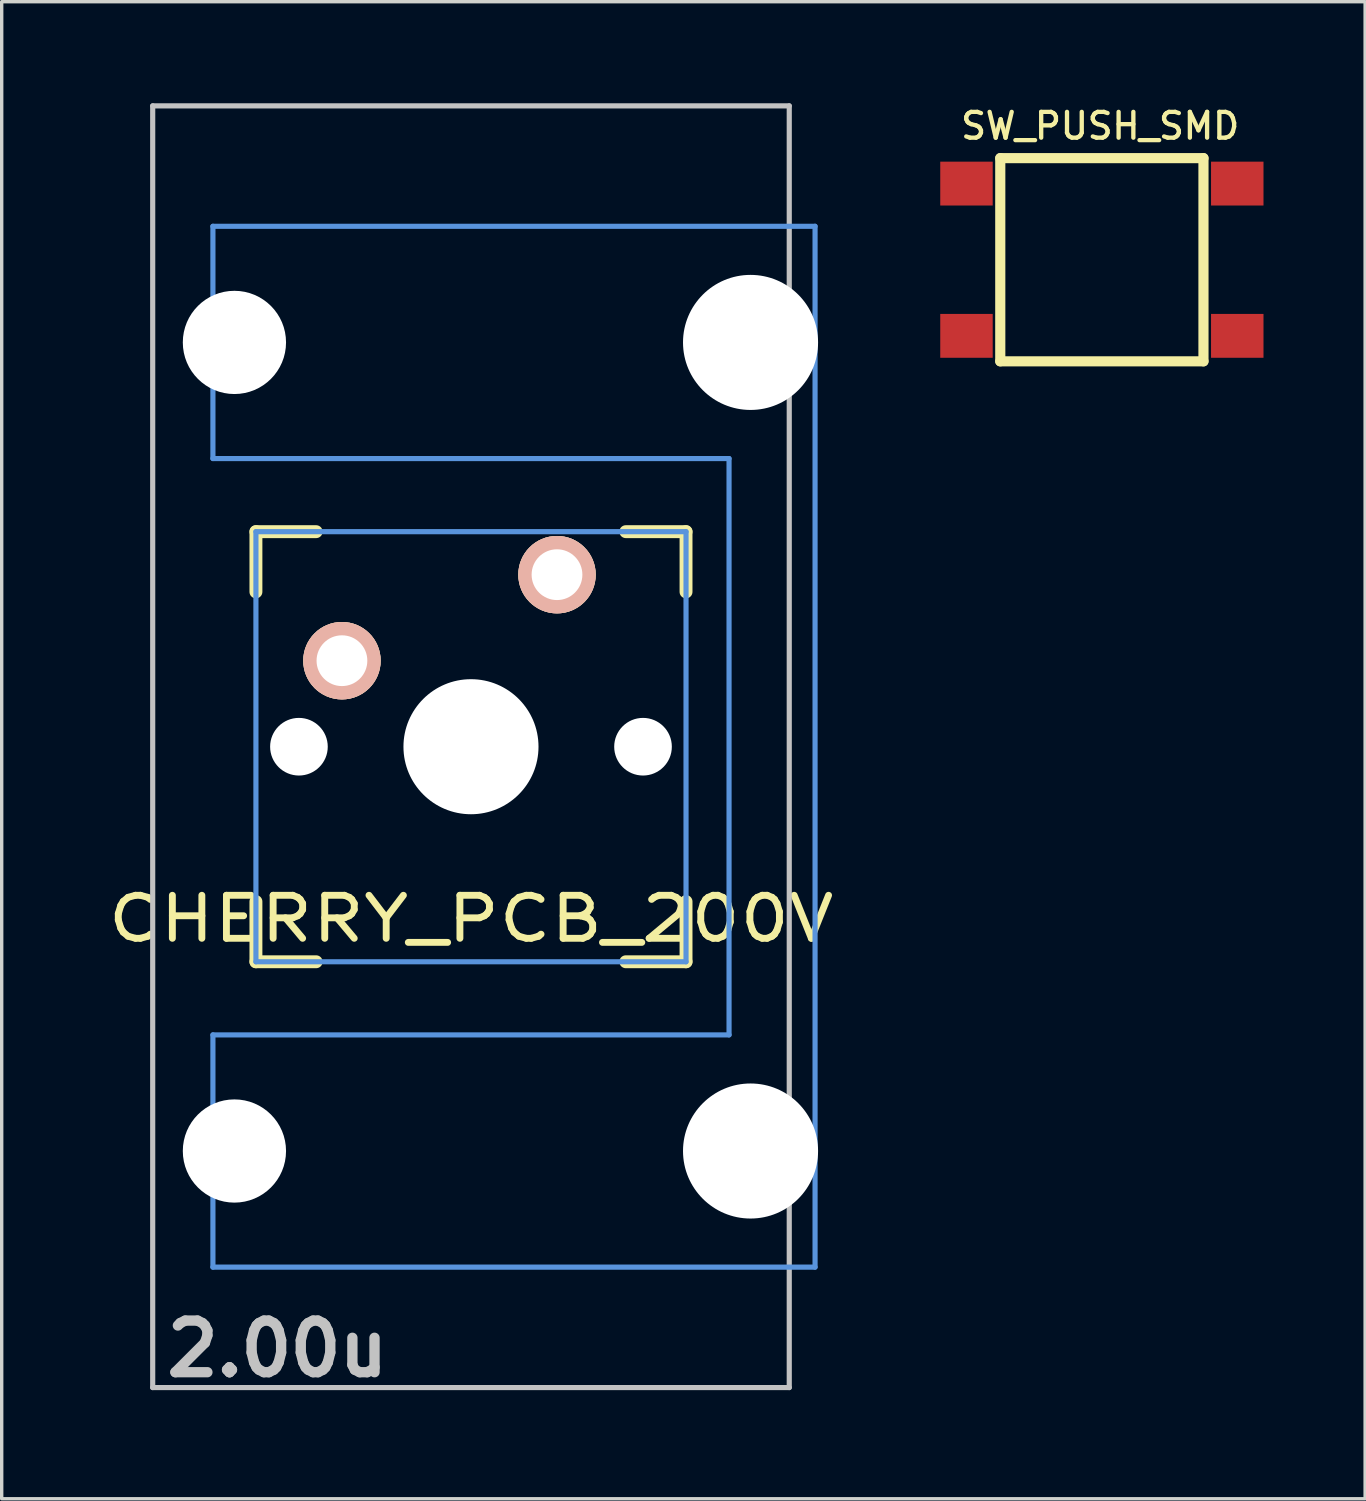
<source format=kicad_pcb>
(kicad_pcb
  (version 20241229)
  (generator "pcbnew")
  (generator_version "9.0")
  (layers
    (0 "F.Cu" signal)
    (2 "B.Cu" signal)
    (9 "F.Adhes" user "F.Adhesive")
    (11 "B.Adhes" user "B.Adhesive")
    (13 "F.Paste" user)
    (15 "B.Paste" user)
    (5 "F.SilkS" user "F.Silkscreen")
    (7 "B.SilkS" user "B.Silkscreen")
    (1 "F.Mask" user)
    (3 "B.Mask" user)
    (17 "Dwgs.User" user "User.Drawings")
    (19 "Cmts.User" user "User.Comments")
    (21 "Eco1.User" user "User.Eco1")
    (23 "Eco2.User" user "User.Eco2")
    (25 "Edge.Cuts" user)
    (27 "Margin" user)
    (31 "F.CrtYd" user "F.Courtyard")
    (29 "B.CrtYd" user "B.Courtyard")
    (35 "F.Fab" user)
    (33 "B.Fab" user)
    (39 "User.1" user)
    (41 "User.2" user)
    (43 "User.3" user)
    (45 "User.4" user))
  (footprint "SW_PUSH_SMD"
    (layer "F.Cu")
    (at 29.486 4.619)
    (property "Reference" "SW_PUSH_SMD" (at -0.05 -3.95 0) (layer "F.SilkS") (effects (font (size 0.762 0.762) (thickness 0.127))))
    (attr through_hole)
    (fp_line (start -3 -3) (end 3 -3) (stroke (width 0.3) (type solid)) (layer "F.SilkS"))
    (fp_line (start -3 3) (end -3 -3) (stroke (width 0.3) (type solid)) (layer "F.SilkS"))
    (fp_line (start 3 -3) (end 3 3) (stroke (width 0.3) (type solid)) (layer "F.SilkS"))
    (fp_line (start 3 3) (end -3 3) (stroke (width 0.3) (type solid)) (layer "F.SilkS"))
    (pad "1" smd rect (at -3.998 -2.248) (size 1.549 1.295) (layers "F.Cu" "F.Mask" "F.Paste"))
    (pad "1" smd rect (at 3.998 -2.248) (size 1.549 1.295) (layers "F.Cu" "F.Mask" "F.Paste"))
    (pad "2" smd rect (at -3.998 2.248) (size 1.549 1.295) (layers "F.Cu" "F.Mask" "F.Paste"))
    (pad "2" smd rect (at 3.998 2.248) (size 1.549 1.295) (layers "F.Cu" "F.Mask" "F.Paste")))
  (footprint "CHERRY_PCB_200V"
    (layer "F.Cu")
    (at 10.857 18.999)
    (property "Reference" "CHERRY_PCB_200V" (at 0 5.08 180) (layer "F.SilkS") (effects (font (size 1.27 1.524) (thickness 0.203))))
    (attr through_hole)
    (fp_line (start -6.35 -6.35) (end -4.572 -6.35) (stroke (width 0.381) (type solid)) (layer "F.SilkS"))
    (fp_line (start -6.35 -4.572) (end -6.35 -6.35) (stroke (width 0.381) (type solid)) (layer "F.SilkS"))
    (fp_line (start -6.35 6.35) (end -6.35 4.572) (stroke (width 0.381) (type solid)) (layer "F.SilkS"))
    (fp_line (start -4.572 6.35) (end -6.35 6.35) (stroke (width 0.381) (type solid)) (layer "F.SilkS"))
    (fp_line (start 4.572 -6.35) (end 6.35 -6.35) (stroke (width 0.381) (type solid)) (layer "F.SilkS"))
    (fp_line (start 6.35 -6.35) (end 6.35 -4.572) (stroke (width 0.381) (type solid)) (layer "F.SilkS"))
    (fp_line (start 6.35 4.572) (end 6.35 6.35) (stroke (width 0.381) (type solid)) (layer "F.SilkS"))
    (fp_line (start 6.35 6.35) (end 4.572 6.35) (stroke (width 0.381) (type solid)) (layer "F.SilkS"))
    (fp_line (start -9.398 -18.923) (end 9.398 -18.923) (stroke (width 0.152) (type solid)) (layer "Dwgs.User"))
    (fp_line (start -9.398 18.923) (end -9.398 -18.923) (stroke (width 0.152) (type solid)) (layer "Dwgs.User"))
    (fp_line (start 9.398 -18.923) (end 9.398 18.923) (stroke (width 0.152) (type solid)) (layer "Dwgs.User"))
    (fp_line (start 9.398 18.923) (end -9.398 18.923) (stroke (width 0.152) (type solid)) (layer "Dwgs.User"))
    (fp_line (start -7.62 -15.367) (end -7.62 -8.509) (stroke (width 0.152) (type solid)) (layer "Cmts.User"))
    (fp_line (start -7.62 -8.509) (end 7.62 -8.509) (stroke (width 0.152) (type solid)) (layer "Cmts.User"))
    (fp_line (start -7.62 8.509) (end -7.62 15.367) (stroke (width 0.152) (type solid)) (layer "Cmts.User"))
    (fp_line (start -7.62 15.367) (end 10.16 15.367) (stroke (width 0.152) (type solid)) (layer "Cmts.User"))
    (fp_line (start -6.35 -6.35) (end 6.35 -6.35) (stroke (width 0.152) (type solid)) (layer "Cmts.User"))
    (fp_line (start -6.35 6.35) (end -6.35 -6.35) (stroke (width 0.152) (type solid)) (layer "Cmts.User"))
    (fp_line (start 6.35 -6.35) (end 6.35 6.35) (stroke (width 0.152) (type solid)) (layer "Cmts.User"))
    (fp_line (start 6.35 6.35) (end -6.35 6.35) (stroke (width 0.152) (type solid)) (layer "Cmts.User"))
    (fp_line (start 7.62 -8.509) (end 7.62 8.509) (stroke (width 0.152) (type solid)) (layer "Cmts.User"))
    (fp_line (start 7.62 8.509) (end -7.62 8.509) (stroke (width 0.152) (type solid)) (layer "Cmts.User"))
    (fp_line (start 10.16 -15.367) (end -7.62 -15.367) (stroke (width 0.152) (type solid)) (layer "Cmts.User"))
    (fp_line (start 10.16 15.367) (end 10.16 -15.367) (stroke (width 0.152) (type solid)) (layer "Cmts.User"))
    (fp_line (start -6.985 -6.985) (end -4.877 -6.985) (stroke (width 0.152) (type solid)) (layer "Eco2.User"))
    (fp_line (start -6.985 6.985) (end -6.985 -6.985) (stroke (width 0.152) (type solid)) (layer "Eco2.User"))
    (fp_line (start -5.69 -15.265) (end -2.286 -15.265) (stroke (width 0.152) (type solid)) (layer "Eco2.User"))
    (fp_line (start -5.69 -8.611) (end -5.69 -15.265) (stroke (width 0.152) (type solid)) (layer "Eco2.User"))
    (fp_line (start -5.69 8.611) (end -4.877 8.611) (stroke (width 0.152) (type solid)) (layer "Eco2.User"))
    (fp_line (start -5.69 15.265) (end -5.69 8.611) (stroke (width 0.152) (type solid)) (layer "Eco2.User"))
    (fp_line (start -4.877 -8.611) (end -5.69 -8.611) (stroke (width 0.152) (type solid)) (layer "Eco2.User"))
    (fp_line (start -4.877 -6.985) (end -4.877 -8.611) (stroke (width 0.152) (type solid)) (layer "Eco2.User"))
    (fp_line (start -4.877 6.985) (end -6.985 6.985) (stroke (width 0.152) (type solid)) (layer "Eco2.User"))
    (fp_line (start -4.877 8.611) (end -4.877 6.985) (stroke (width 0.152) (type solid)) (layer "Eco2.User"))
    (fp_line (start -2.286 -16.129) (end 0.508 -16.129) (stroke (width 0.152) (type solid)) (layer "Eco2.User"))
    (fp_line (start -2.286 -15.265) (end -2.286 -16.129) (stroke (width 0.152) (type solid)) (layer "Eco2.User"))
    (fp_line (start -2.286 15.265) (end -5.69 15.265) (stroke (width 0.152) (type solid)) (layer "Eco2.User"))
    (fp_line (start -2.286 16.129) (end -2.286 15.265) (stroke (width 0.152) (type solid)) (layer "Eco2.User"))
    (fp_line (start 0.508 -16.129) (end 0.508 -15.265) (stroke (width 0.152) (type solid)) (layer "Eco2.User"))
    (fp_line (start 0.508 -15.265) (end 6.604 -15.265) (stroke (width 0.152) (type solid)) (layer "Eco2.User"))
    (fp_line (start 0.508 15.265) (end 0.508 16.129) (stroke (width 0.152) (type solid)) (layer "Eco2.User"))
    (fp_line (start 0.508 16.129) (end -2.286 16.129) (stroke (width 0.152) (type solid)) (layer "Eco2.User"))
    (fp_line (start 5.817 -8.611) (end 5.817 -6.985) (stroke (width 0.152) (type solid)) (layer "Eco2.User"))
    (fp_line (start 5.817 -6.985) (end 6.985 -6.985) (stroke (width 0.152) (type solid)) (layer "Eco2.User"))
    (fp_line (start 5.817 6.985) (end 5.817 8.611) (stroke (width 0.152) (type solid)) (layer "Eco2.User"))
    (fp_line (start 5.817 8.611) (end 6.604 8.611) (stroke (width 0.152) (type solid)) (layer "Eco2.User"))
    (fp_line (start 6.604 -15.265) (end 6.604 -14.224) (stroke (width 0.152) (type solid)) (layer "Eco2.User"))
    (fp_line (start 6.604 -14.224) (end 7.772 -14.224) (stroke (width 0.152) (type solid)) (layer "Eco2.User"))
    (fp_line (start 6.604 -9.652) (end 6.604 -8.611) (stroke (width 0.152) (type solid)) (layer "Eco2.User"))
    (fp_line (start 6.604 -8.611) (end 5.817 -8.611) (stroke (width 0.152) (type solid)) (layer "Eco2.User"))
    (fp_line (start 6.604 8.611) (end 6.604 9.652) (stroke (width 0.152) (type solid)) (layer "Eco2.User"))
    (fp_line (start 6.604 9.652) (end 7.772 9.652) (stroke (width 0.152) (type solid)) (layer "Eco2.User"))
    (fp_line (start 6.604 14.224) (end 6.604 15.265) (stroke (width 0.152) (type solid)) (layer "Eco2.User"))
    (fp_line (start 6.604 15.265) (end 0.508 15.265) (stroke (width 0.152) (type solid)) (layer "Eco2.User"))
    (fp_line (start 6.985 -6.985) (end 6.985 6.985) (stroke (width 0.152) (type solid)) (layer "Eco2.User"))
    (fp_line (start 6.985 6.985) (end 5.817 6.985) (stroke (width 0.152) (type solid)) (layer "Eco2.User"))
    (fp_line (start 7.772 -14.224) (end 7.772 -9.652) (stroke (width 0.152) (type solid)) (layer "Eco2.User"))
    (fp_line (start 7.772 -9.652) (end 6.604 -9.652) (stroke (width 0.152) (type solid)) (layer "Eco2.User"))
    (fp_line (start 7.772 9.652) (end 7.772 14.224) (stroke (width 0.152) (type solid)) (layer "Eco2.User"))
    (fp_line (start 7.772 14.224) (end 6.604 14.224) (stroke (width 0.152) (type solid)) (layer "Eco2.User"))
    (fp_text user "2.00u" (at -5.715 17.78 0) (layer "Dwgs.User") (effects (font (size 1.524 1.524) (thickness 0.305))))
    (pad "" np_thru_hole circle (at -6.985 -11.938 90) (size 3.048 3.048) (drill 3.048) (layers "*.Cu"))
    (pad "" np_thru_hole circle (at -6.985 11.938 90) (size 3.048 3.048) (drill 3.048) (layers "*.Cu"))
    (pad "" np_thru_hole circle (at -5.08 0 90) (size 1.702 1.702) (drill 1.702) (layers "*.Cu"))
    (pad "" np_thru_hole circle (at 0 0 90) (size 3.988 3.988) (drill 3.988) (layers "*.Cu"))
    (pad "" np_thru_hole circle (at 5.08 0 90) (size 1.702 1.702) (drill 1.702) (layers "*.Cu"))
    (pad "" np_thru_hole circle (at 8.255 -11.938 90) (size 3.988 3.988) (drill 3.988) (layers "*.Cu"))
    (pad "" np_thru_hole circle (at 8.255 11.938 90) (size 3.988 3.988) (drill 3.988) (layers "*.Cu"))
    (pad "1" thru_hole circle (at 2.54 -5.08 90) (size 2.286 2.286) (drill 1.499) (layers "*.Cu" "*.SilkS" "*.Mask"))
    (pad "2" thru_hole circle (at -3.81 -2.54 90) (size 2.286 2.286) (drill 1.499) (layers "*.Cu" "*.SilkS" "*.Mask")))
  (gr_rect
    (start -3 -3)
    (end 37.259 41.206)
    (stroke (width 0.1) (type default))
    (fill no)
    (layer "Edge.Cuts")))
</source>
